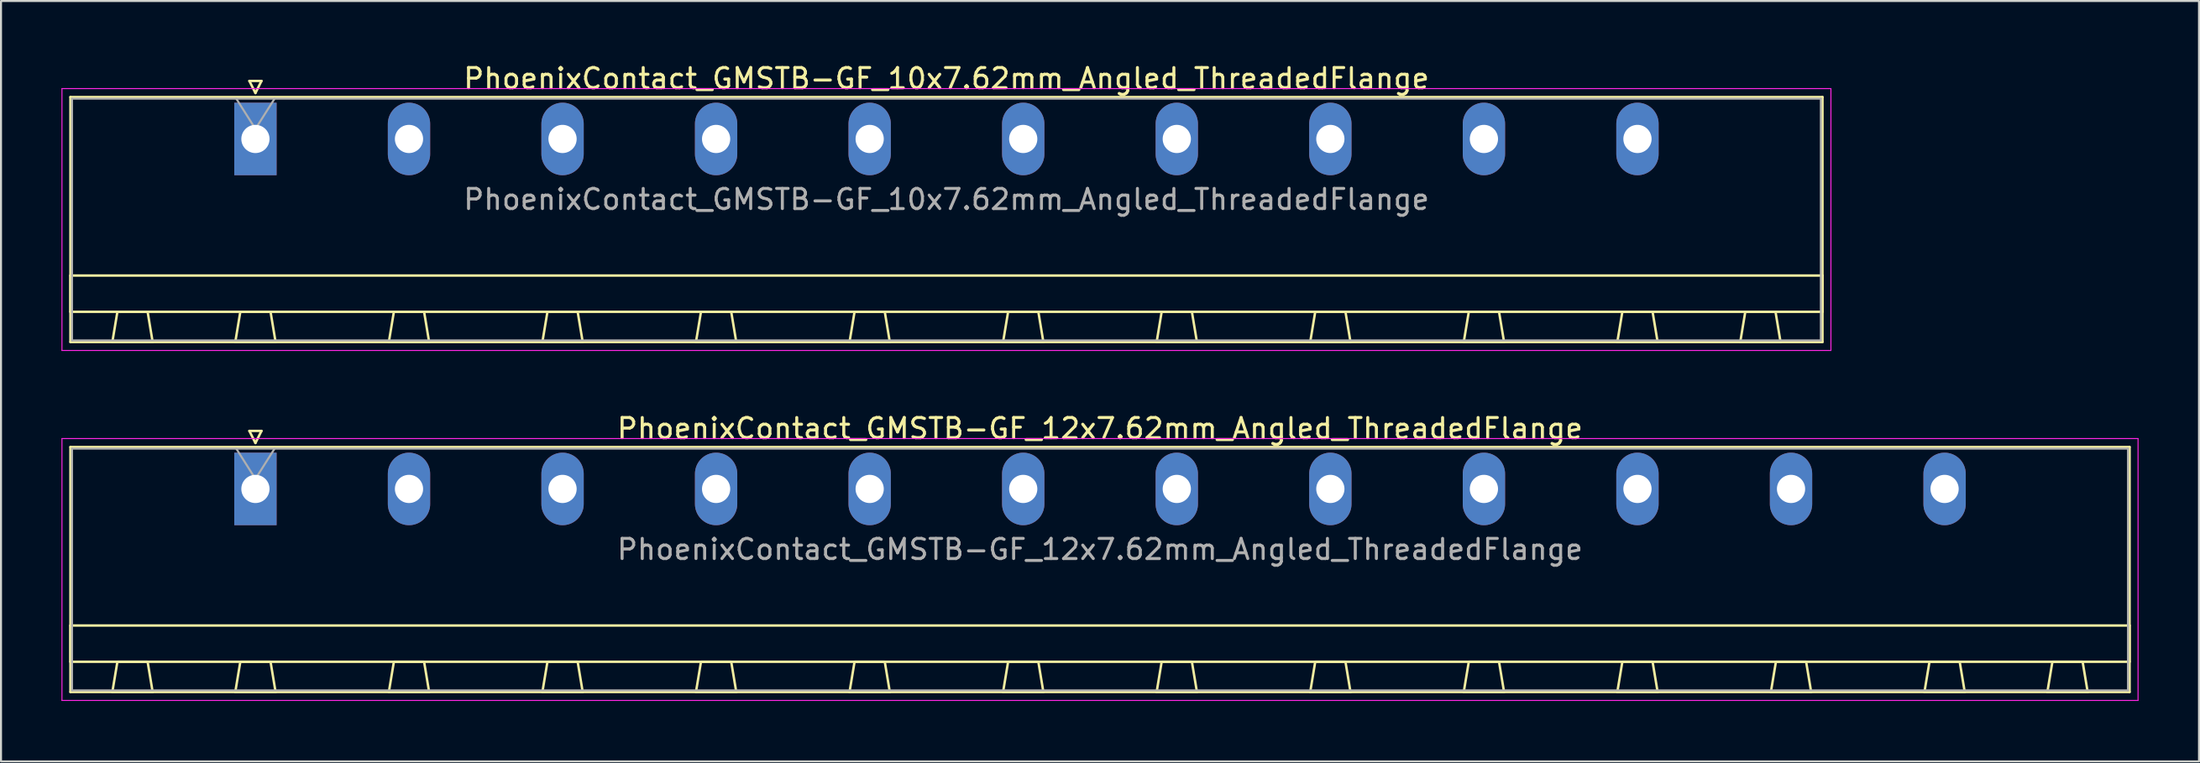
<source format=kicad_pcb>
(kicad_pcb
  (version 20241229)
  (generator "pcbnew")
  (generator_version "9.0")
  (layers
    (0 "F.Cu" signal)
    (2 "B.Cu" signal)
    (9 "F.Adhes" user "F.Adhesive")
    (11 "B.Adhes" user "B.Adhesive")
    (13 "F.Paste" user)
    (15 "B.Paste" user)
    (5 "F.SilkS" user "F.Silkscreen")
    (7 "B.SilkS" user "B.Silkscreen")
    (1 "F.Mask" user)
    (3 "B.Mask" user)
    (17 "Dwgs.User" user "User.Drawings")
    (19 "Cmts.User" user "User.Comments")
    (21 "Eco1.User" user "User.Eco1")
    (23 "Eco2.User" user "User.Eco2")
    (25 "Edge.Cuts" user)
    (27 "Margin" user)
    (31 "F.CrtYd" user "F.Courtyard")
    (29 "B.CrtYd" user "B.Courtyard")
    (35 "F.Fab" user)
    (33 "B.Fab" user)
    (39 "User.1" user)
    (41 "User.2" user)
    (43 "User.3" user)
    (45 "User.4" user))
  (footprint "PhoenixContact_GMSTB-GF_12x7.62mm_Angled_ThreadedFlange"
    (layer "F.Cu")
    (at 9.625 21.221)
    (property "Reference" "PhoenixContact_GMSTB-GF_12x7.62mm_Angled_ThreadedFlange" (at 41.91 -3 0) (layer "F.SilkS") (effects (font (size 1 1) (thickness 0.15))))
    (attr through_hole)
    (fp_line (start -9.18 -2.08) (end -9.18 10.08) (stroke (width 0.12) (type solid)) (layer "F.SilkS"))
    (fp_line (start -9.18 6.78) (end 93 6.78) (stroke (width 0.12) (type solid)) (layer "F.SilkS"))
    (fp_line (start -9.18 8.58) (end -9.18 6.78) (stroke (width 0.12) (type solid)) (layer "F.SilkS"))
    (fp_line (start -9.18 10.08) (end 93 10.08) (stroke (width 0.12) (type solid)) (layer "F.SilkS"))
    (fp_line (start -7.1 10.08) (end -5.1 10.08) (stroke (width 0.12) (type solid)) (layer "F.SilkS"))
    (fp_line (start -6.85 8.58) (end -7.1 10.08) (stroke (width 0.12) (type solid)) (layer "F.SilkS"))
    (fp_line (start -5.35 8.58) (end -6.85 8.58) (stroke (width 0.12) (type solid)) (layer "F.SilkS"))
    (fp_line (start -5.1 10.08) (end -5.35 8.58) (stroke (width 0.12) (type solid)) (layer "F.SilkS"))
    (fp_line (start -1 10.08) (end 1 10.08) (stroke (width 0.12) (type solid)) (layer "F.SilkS"))
    (fp_line (start -0.75 8.58) (end -1 10.08) (stroke (width 0.12) (type solid)) (layer "F.SilkS"))
    (fp_line (start -0.3 -2.88) (end 0.3 -2.88) (stroke (width 0.12) (type solid)) (layer "F.SilkS"))
    (fp_line (start 0 -2.28) (end -0.3 -2.88) (stroke (width 0.12) (type solid)) (layer "F.SilkS"))
    (fp_line (start 0.3 -2.88) (end 0 -2.28) (stroke (width 0.12) (type solid)) (layer "F.SilkS"))
    (fp_line (start 0.75 8.58) (end -0.75 8.58) (stroke (width 0.12) (type solid)) (layer "F.SilkS"))
    (fp_line (start 1 10.08) (end 0.75 8.58) (stroke (width 0.12) (type solid)) (layer "F.SilkS"))
    (fp_line (start 6.62 10.08) (end 8.62 10.08) (stroke (width 0.12) (type solid)) (layer "F.SilkS"))
    (fp_line (start 6.87 8.58) (end 6.62 10.08) (stroke (width 0.12) (type solid)) (layer "F.SilkS"))
    (fp_line (start 8.37 8.58) (end 6.87 8.58) (stroke (width 0.12) (type solid)) (layer "F.SilkS"))
    (fp_line (start 8.62 10.08) (end 8.37 8.58) (stroke (width 0.12) (type solid)) (layer "F.SilkS"))
    (fp_line (start 14.24 10.08) (end 16.24 10.08) (stroke (width 0.12) (type solid)) (layer "F.SilkS"))
    (fp_line (start 14.49 8.58) (end 14.24 10.08) (stroke (width 0.12) (type solid)) (layer "F.SilkS"))
    (fp_line (start 15.99 8.58) (end 14.49 8.58) (stroke (width 0.12) (type solid)) (layer "F.SilkS"))
    (fp_line (start 16.24 10.08) (end 15.99 8.58) (stroke (width 0.12) (type solid)) (layer "F.SilkS"))
    (fp_line (start 21.86 10.08) (end 23.86 10.08) (stroke (width 0.12) (type solid)) (layer "F.SilkS"))
    (fp_line (start 22.11 8.58) (end 21.86 10.08) (stroke (width 0.12) (type solid)) (layer "F.SilkS"))
    (fp_line (start 23.61 8.58) (end 22.11 8.58) (stroke (width 0.12) (type solid)) (layer "F.SilkS"))
    (fp_line (start 23.86 10.08) (end 23.61 8.58) (stroke (width 0.12) (type solid)) (layer "F.SilkS"))
    (fp_line (start 29.48 10.08) (end 31.48 10.08) (stroke (width 0.12) (type solid)) (layer "F.SilkS"))
    (fp_line (start 29.73 8.58) (end 29.48 10.08) (stroke (width 0.12) (type solid)) (layer "F.SilkS"))
    (fp_line (start 31.23 8.58) (end 29.73 8.58) (stroke (width 0.12) (type solid)) (layer "F.SilkS"))
    (fp_line (start 31.48 10.08) (end 31.23 8.58) (stroke (width 0.12) (type solid)) (layer "F.SilkS"))
    (fp_line (start 37.1 10.08) (end 39.1 10.08) (stroke (width 0.12) (type solid)) (layer "F.SilkS"))
    (fp_line (start 37.35 8.58) (end 37.1 10.08) (stroke (width 0.12) (type solid)) (layer "F.SilkS"))
    (fp_line (start 38.85 8.58) (end 37.35 8.58) (stroke (width 0.12) (type solid)) (layer "F.SilkS"))
    (fp_line (start 39.1 10.08) (end 38.85 8.58) (stroke (width 0.12) (type solid)) (layer "F.SilkS"))
    (fp_line (start 44.72 10.08) (end 46.72 10.08) (stroke (width 0.12) (type solid)) (layer "F.SilkS"))
    (fp_line (start 44.97 8.58) (end 44.72 10.08) (stroke (width 0.12) (type solid)) (layer "F.SilkS"))
    (fp_line (start 46.47 8.58) (end 44.97 8.58) (stroke (width 0.12) (type solid)) (layer "F.SilkS"))
    (fp_line (start 46.72 10.08) (end 46.47 8.58) (stroke (width 0.12) (type solid)) (layer "F.SilkS"))
    (fp_line (start 52.34 10.08) (end 54.34 10.08) (stroke (width 0.12) (type solid)) (layer "F.SilkS"))
    (fp_line (start 52.59 8.58) (end 52.34 10.08) (stroke (width 0.12) (type solid)) (layer "F.SilkS"))
    (fp_line (start 54.09 8.58) (end 52.59 8.58) (stroke (width 0.12) (type solid)) (layer "F.SilkS"))
    (fp_line (start 54.34 10.08) (end 54.09 8.58) (stroke (width 0.12) (type solid)) (layer "F.SilkS"))
    (fp_line (start 59.96 10.08) (end 61.96 10.08) (stroke (width 0.12) (type solid)) (layer "F.SilkS"))
    (fp_line (start 60.21 8.58) (end 59.96 10.08) (stroke (width 0.12) (type solid)) (layer "F.SilkS"))
    (fp_line (start 61.71 8.58) (end 60.21 8.58) (stroke (width 0.12) (type solid)) (layer "F.SilkS"))
    (fp_line (start 61.96 10.08) (end 61.71 8.58) (stroke (width 0.12) (type solid)) (layer "F.SilkS"))
    (fp_line (start 67.58 10.08) (end 69.58 10.08) (stroke (width 0.12) (type solid)) (layer "F.SilkS"))
    (fp_line (start 67.83 8.58) (end 67.58 10.08) (stroke (width 0.12) (type solid)) (layer "F.SilkS"))
    (fp_line (start 69.33 8.58) (end 67.83 8.58) (stroke (width 0.12) (type solid)) (layer "F.SilkS"))
    (fp_line (start 69.58 10.08) (end 69.33 8.58) (stroke (width 0.12) (type solid)) (layer "F.SilkS"))
    (fp_line (start 75.2 10.08) (end 77.2 10.08) (stroke (width 0.12) (type solid)) (layer "F.SilkS"))
    (fp_line (start 75.45 8.58) (end 75.2 10.08) (stroke (width 0.12) (type solid)) (layer "F.SilkS"))
    (fp_line (start 76.95 8.58) (end 75.45 8.58) (stroke (width 0.12) (type solid)) (layer "F.SilkS"))
    (fp_line (start 77.2 10.08) (end 76.95 8.58) (stroke (width 0.12) (type solid)) (layer "F.SilkS"))
    (fp_line (start 82.82 10.08) (end 84.82 10.08) (stroke (width 0.12) (type solid)) (layer "F.SilkS"))
    (fp_line (start 83.07 8.58) (end 82.82 10.08) (stroke (width 0.12) (type solid)) (layer "F.SilkS"))
    (fp_line (start 84.57 8.58) (end 83.07 8.58) (stroke (width 0.12) (type solid)) (layer "F.SilkS"))
    (fp_line (start 84.82 10.08) (end 84.57 8.58) (stroke (width 0.12) (type solid)) (layer "F.SilkS"))
    (fp_line (start 88.92 10.08) (end 90.92 10.08) (stroke (width 0.12) (type solid)) (layer "F.SilkS"))
    (fp_line (start 89.17 8.58) (end 88.92 10.08) (stroke (width 0.12) (type solid)) (layer "F.SilkS"))
    (fp_line (start 90.67 8.58) (end 89.17 8.58) (stroke (width 0.12) (type solid)) (layer "F.SilkS"))
    (fp_line (start 90.92 10.08) (end 90.67 8.58) (stroke (width 0.12) (type solid)) (layer "F.SilkS"))
    (fp_line (start 93 -2.08) (end -9.18 -2.08) (stroke (width 0.12) (type solid)) (layer "F.SilkS"))
    (fp_line (start 93 6.78) (end 93 8.58) (stroke (width 0.12) (type solid)) (layer "F.SilkS"))
    (fp_line (start 93 8.58) (end -9.18 8.58) (stroke (width 0.12) (type solid)) (layer "F.SilkS"))
    (fp_line (start 93 10.08) (end 93 -2.08) (stroke (width 0.12) (type solid)) (layer "F.SilkS"))
    (fp_line (start -9.6 -2.5) (end -9.6 10.5) (stroke (width 0.05) (type solid)) (layer "F.CrtYd"))
    (fp_line (start -9.6 10.5) (end 93.42 10.5) (stroke (width 0.05) (type solid)) (layer "F.CrtYd"))
    (fp_line (start 93.42 -2.5) (end -9.6 -2.5) (stroke (width 0.05) (type solid)) (layer "F.CrtYd"))
    (fp_line (start 93.42 10.5) (end 93.42 -2.5) (stroke (width 0.05) (type solid)) (layer "F.CrtYd"))
    (fp_line (start -9.1 -2) (end -9.1 10) (stroke (width 0.1) (type solid)) (layer "F.Fab"))
    (fp_line (start -9.1 10) (end 92.92 10) (stroke (width 0.1) (type solid)) (layer "F.Fab"))
    (fp_line (start 0 -0.5) (end -0.95 -2) (stroke (width 0.1) (type solid)) (layer "F.Fab"))
    (fp_line (start 0.95 -2) (end 0 -0.5) (stroke (width 0.1) (type solid)) (layer "F.Fab"))
    (fp_line (start 92.92 -2) (end -9.1 -2) (stroke (width 0.1) (type solid)) (layer "F.Fab"))
    (fp_line (start 92.92 10) (end 92.92 -2) (stroke (width 0.1) (type solid)) (layer "F.Fab"))
    (fp_text user "${REFERENCE}" (at 41.91 3 0) (layer "F.Fab") (effects (font (size 1 1) (thickness 0.15))))
    (pad "1" thru_hole rect (at 0 0) (size 2.1 3.6) (drill 1.4) (layers "*.Cu" "*.Mask"))
    (pad "2" thru_hole oval (at 7.62 0) (size 2.1 3.6) (drill 1.4) (layers "*.Cu" "*.Mask"))
    (pad "3" thru_hole oval (at 15.24 0) (size 2.1 3.6) (drill 1.4) (layers "*.Cu" "*.Mask"))
    (pad "4" thru_hole oval (at 22.86 0) (size 2.1 3.6) (drill 1.4) (layers "*.Cu" "*.Mask"))
    (pad "5" thru_hole oval (at 30.48 0) (size 2.1 3.6) (drill 1.4) (layers "*.Cu" "*.Mask"))
    (pad "6" thru_hole oval (at 38.1 0) (size 2.1 3.6) (drill 1.4) (layers "*.Cu" "*.Mask"))
    (pad "7" thru_hole oval (at 45.72 0) (size 2.1 3.6) (drill 1.4) (layers "*.Cu" "*.Mask"))
    (pad "8" thru_hole oval (at 53.34 0) (size 2.1 3.6) (drill 1.4) (layers "*.Cu" "*.Mask"))
    (pad "9" thru_hole oval (at 60.96 0) (size 2.1 3.6) (drill 1.4) (layers "*.Cu" "*.Mask"))
    (pad "10" thru_hole oval (at 68.58 0) (size 2.1 3.6) (drill 1.4) (layers "*.Cu" "*.Mask"))
    (pad "11" thru_hole oval (at 76.2 0) (size 2.1 3.6) (drill 1.4) (layers "*.Cu" "*.Mask"))
    (pad "12" thru_hole oval (at 83.82 0) (size 2.1 3.6) (drill 1.4) (layers "*.Cu" "*.Mask")))
  (footprint "PhoenixContact_GMSTB-GF_10x7.62mm_Angled_ThreadedFlange"
    (layer "F.Cu")
    (at 9.625 3.848)
    (property "Reference" "PhoenixContact_GMSTB-GF_10x7.62mm_Angled_ThreadedFlange" (at 34.29 -3 0) (layer "F.SilkS") (effects (font (size 1 1) (thickness 0.15))))
    (attr through_hole)
    (fp_line (start -9.18 -2.08) (end -9.18 10.08) (stroke (width 0.12) (type solid)) (layer "F.SilkS"))
    (fp_line (start -9.18 6.78) (end 77.76 6.78) (stroke (width 0.12) (type solid)) (layer "F.SilkS"))
    (fp_line (start -9.18 8.58) (end -9.18 6.78) (stroke (width 0.12) (type solid)) (layer "F.SilkS"))
    (fp_line (start -9.18 10.08) (end 77.76 10.08) (stroke (width 0.12) (type solid)) (layer "F.SilkS"))
    (fp_line (start -7.1 10.08) (end -5.1 10.08) (stroke (width 0.12) (type solid)) (layer "F.SilkS"))
    (fp_line (start -6.85 8.58) (end -7.1 10.08) (stroke (width 0.12) (type solid)) (layer "F.SilkS"))
    (fp_line (start -5.35 8.58) (end -6.85 8.58) (stroke (width 0.12) (type solid)) (layer "F.SilkS"))
    (fp_line (start -5.1 10.08) (end -5.35 8.58) (stroke (width 0.12) (type solid)) (layer "F.SilkS"))
    (fp_line (start -1 10.08) (end 1 10.08) (stroke (width 0.12) (type solid)) (layer "F.SilkS"))
    (fp_line (start -0.75 8.58) (end -1 10.08) (stroke (width 0.12) (type solid)) (layer "F.SilkS"))
    (fp_line (start -0.3 -2.88) (end 0.3 -2.88) (stroke (width 0.12) (type solid)) (layer "F.SilkS"))
    (fp_line (start 0 -2.28) (end -0.3 -2.88) (stroke (width 0.12) (type solid)) (layer "F.SilkS"))
    (fp_line (start 0.3 -2.88) (end 0 -2.28) (stroke (width 0.12) (type solid)) (layer "F.SilkS"))
    (fp_line (start 0.75 8.58) (end -0.75 8.58) (stroke (width 0.12) (type solid)) (layer "F.SilkS"))
    (fp_line (start 1 10.08) (end 0.75 8.58) (stroke (width 0.12) (type solid)) (layer "F.SilkS"))
    (fp_line (start 6.62 10.08) (end 8.62 10.08) (stroke (width 0.12) (type solid)) (layer "F.SilkS"))
    (fp_line (start 6.87 8.58) (end 6.62 10.08) (stroke (width 0.12) (type solid)) (layer "F.SilkS"))
    (fp_line (start 8.37 8.58) (end 6.87 8.58) (stroke (width 0.12) (type solid)) (layer "F.SilkS"))
    (fp_line (start 8.62 10.08) (end 8.37 8.58) (stroke (width 0.12) (type solid)) (layer "F.SilkS"))
    (fp_line (start 14.24 10.08) (end 16.24 10.08) (stroke (width 0.12) (type solid)) (layer "F.SilkS"))
    (fp_line (start 14.49 8.58) (end 14.24 10.08) (stroke (width 0.12) (type solid)) (layer "F.SilkS"))
    (fp_line (start 15.99 8.58) (end 14.49 8.58) (stroke (width 0.12) (type solid)) (layer "F.SilkS"))
    (fp_line (start 16.24 10.08) (end 15.99 8.58) (stroke (width 0.12) (type solid)) (layer "F.SilkS"))
    (fp_line (start 21.86 10.08) (end 23.86 10.08) (stroke (width 0.12) (type solid)) (layer "F.SilkS"))
    (fp_line (start 22.11 8.58) (end 21.86 10.08) (stroke (width 0.12) (type solid)) (layer "F.SilkS"))
    (fp_line (start 23.61 8.58) (end 22.11 8.58) (stroke (width 0.12) (type solid)) (layer "F.SilkS"))
    (fp_line (start 23.86 10.08) (end 23.61 8.58) (stroke (width 0.12) (type solid)) (layer "F.SilkS"))
    (fp_line (start 29.48 10.08) (end 31.48 10.08) (stroke (width 0.12) (type solid)) (layer "F.SilkS"))
    (fp_line (start 29.73 8.58) (end 29.48 10.08) (stroke (width 0.12) (type solid)) (layer "F.SilkS"))
    (fp_line (start 31.23 8.58) (end 29.73 8.58) (stroke (width 0.12) (type solid)) (layer "F.SilkS"))
    (fp_line (start 31.48 10.08) (end 31.23 8.58) (stroke (width 0.12) (type solid)) (layer "F.SilkS"))
    (fp_line (start 37.1 10.08) (end 39.1 10.08) (stroke (width 0.12) (type solid)) (layer "F.SilkS"))
    (fp_line (start 37.35 8.58) (end 37.1 10.08) (stroke (width 0.12) (type solid)) (layer "F.SilkS"))
    (fp_line (start 38.85 8.58) (end 37.35 8.58) (stroke (width 0.12) (type solid)) (layer "F.SilkS"))
    (fp_line (start 39.1 10.08) (end 38.85 8.58) (stroke (width 0.12) (type solid)) (layer "F.SilkS"))
    (fp_line (start 44.72 10.08) (end 46.72 10.08) (stroke (width 0.12) (type solid)) (layer "F.SilkS"))
    (fp_line (start 44.97 8.58) (end 44.72 10.08) (stroke (width 0.12) (type solid)) (layer "F.SilkS"))
    (fp_line (start 46.47 8.58) (end 44.97 8.58) (stroke (width 0.12) (type solid)) (layer "F.SilkS"))
    (fp_line (start 46.72 10.08) (end 46.47 8.58) (stroke (width 0.12) (type solid)) (layer "F.SilkS"))
    (fp_line (start 52.34 10.08) (end 54.34 10.08) (stroke (width 0.12) (type solid)) (layer "F.SilkS"))
    (fp_line (start 52.59 8.58) (end 52.34 10.08) (stroke (width 0.12) (type solid)) (layer "F.SilkS"))
    (fp_line (start 54.09 8.58) (end 52.59 8.58) (stroke (width 0.12) (type solid)) (layer "F.SilkS"))
    (fp_line (start 54.34 10.08) (end 54.09 8.58) (stroke (width 0.12) (type solid)) (layer "F.SilkS"))
    (fp_line (start 59.96 10.08) (end 61.96 10.08) (stroke (width 0.12) (type solid)) (layer "F.SilkS"))
    (fp_line (start 60.21 8.58) (end 59.96 10.08) (stroke (width 0.12) (type solid)) (layer "F.SilkS"))
    (fp_line (start 61.71 8.58) (end 60.21 8.58) (stroke (width 0.12) (type solid)) (layer "F.SilkS"))
    (fp_line (start 61.96 10.08) (end 61.71 8.58) (stroke (width 0.12) (type solid)) (layer "F.SilkS"))
    (fp_line (start 67.58 10.08) (end 69.58 10.08) (stroke (width 0.12) (type solid)) (layer "F.SilkS"))
    (fp_line (start 67.83 8.58) (end 67.58 10.08) (stroke (width 0.12) (type solid)) (layer "F.SilkS"))
    (fp_line (start 69.33 8.58) (end 67.83 8.58) (stroke (width 0.12) (type solid)) (layer "F.SilkS"))
    (fp_line (start 69.58 10.08) (end 69.33 8.58) (stroke (width 0.12) (type solid)) (layer "F.SilkS"))
    (fp_line (start 73.68 10.08) (end 75.68 10.08) (stroke (width 0.12) (type solid)) (layer "F.SilkS"))
    (fp_line (start 73.93 8.58) (end 73.68 10.08) (stroke (width 0.12) (type solid)) (layer "F.SilkS"))
    (fp_line (start 75.43 8.58) (end 73.93 8.58) (stroke (width 0.12) (type solid)) (layer "F.SilkS"))
    (fp_line (start 75.68 10.08) (end 75.43 8.58) (stroke (width 0.12) (type solid)) (layer "F.SilkS"))
    (fp_line (start 77.76 -2.08) (end -9.18 -2.08) (stroke (width 0.12) (type solid)) (layer "F.SilkS"))
    (fp_line (start 77.76 6.78) (end 77.76 8.58) (stroke (width 0.12) (type solid)) (layer "F.SilkS"))
    (fp_line (start 77.76 8.58) (end -9.18 8.58) (stroke (width 0.12) (type solid)) (layer "F.SilkS"))
    (fp_line (start 77.76 10.08) (end 77.76 -2.08) (stroke (width 0.12) (type solid)) (layer "F.SilkS"))
    (fp_line (start -9.6 -2.5) (end -9.6 10.5) (stroke (width 0.05) (type solid)) (layer "F.CrtYd"))
    (fp_line (start -9.6 10.5) (end 78.18 10.5) (stroke (width 0.05) (type solid)) (layer "F.CrtYd"))
    (fp_line (start 78.18 -2.5) (end -9.6 -2.5) (stroke (width 0.05) (type solid)) (layer "F.CrtYd"))
    (fp_line (start 78.18 10.5) (end 78.18 -2.5) (stroke (width 0.05) (type solid)) (layer "F.CrtYd"))
    (fp_line (start -9.1 -2) (end -9.1 10) (stroke (width 0.1) (type solid)) (layer "F.Fab"))
    (fp_line (start -9.1 10) (end 77.68 10) (stroke (width 0.1) (type solid)) (layer "F.Fab"))
    (fp_line (start 0 -0.5) (end -0.95 -2) (stroke (width 0.1) (type solid)) (layer "F.Fab"))
    (fp_line (start 0.95 -2) (end 0 -0.5) (stroke (width 0.1) (type solid)) (layer "F.Fab"))
    (fp_line (start 77.68 -2) (end -9.1 -2) (stroke (width 0.1) (type solid)) (layer "F.Fab"))
    (fp_line (start 77.68 10) (end 77.68 -2) (stroke (width 0.1) (type solid)) (layer "F.Fab"))
    (fp_text user "${REFERENCE}" (at 34.29 3 0) (layer "F.Fab") (effects (font (size 1 1) (thickness 0.15))))
    (pad "1" thru_hole rect (at 0 0) (size 2.1 3.6) (drill 1.4) (layers "*.Cu" "*.Mask"))
    (pad "2" thru_hole oval (at 7.62 0) (size 2.1 3.6) (drill 1.4) (layers "*.Cu" "*.Mask"))
    (pad "3" thru_hole oval (at 15.24 0) (size 2.1 3.6) (drill 1.4) (layers "*.Cu" "*.Mask"))
    (pad "4" thru_hole oval (at 22.86 0) (size 2.1 3.6) (drill 1.4) (layers "*.Cu" "*.Mask"))
    (pad "5" thru_hole oval (at 30.48 0) (size 2.1 3.6) (drill 1.4) (layers "*.Cu" "*.Mask"))
    (pad "6" thru_hole oval (at 38.1 0) (size 2.1 3.6) (drill 1.4) (layers "*.Cu" "*.Mask"))
    (pad "7" thru_hole oval (at 45.72 0) (size 2.1 3.6) (drill 1.4) (layers "*.Cu" "*.Mask"))
    (pad "8" thru_hole oval (at 53.34 0) (size 2.1 3.6) (drill 1.4) (layers "*.Cu" "*.Mask"))
    (pad "9" thru_hole oval (at 60.96 0) (size 2.1 3.6) (drill 1.4) (layers "*.Cu" "*.Mask"))
    (pad "10" thru_hole oval (at 68.58 0) (size 2.1 3.6) (drill 1.4) (layers "*.Cu" "*.Mask")))
  (gr_rect
    (start -3 -3)
    (end 106.07 34.746)
    (stroke (width 0.1) (type default))
    (fill no)
    (layer "Edge.Cuts")))
</source>
